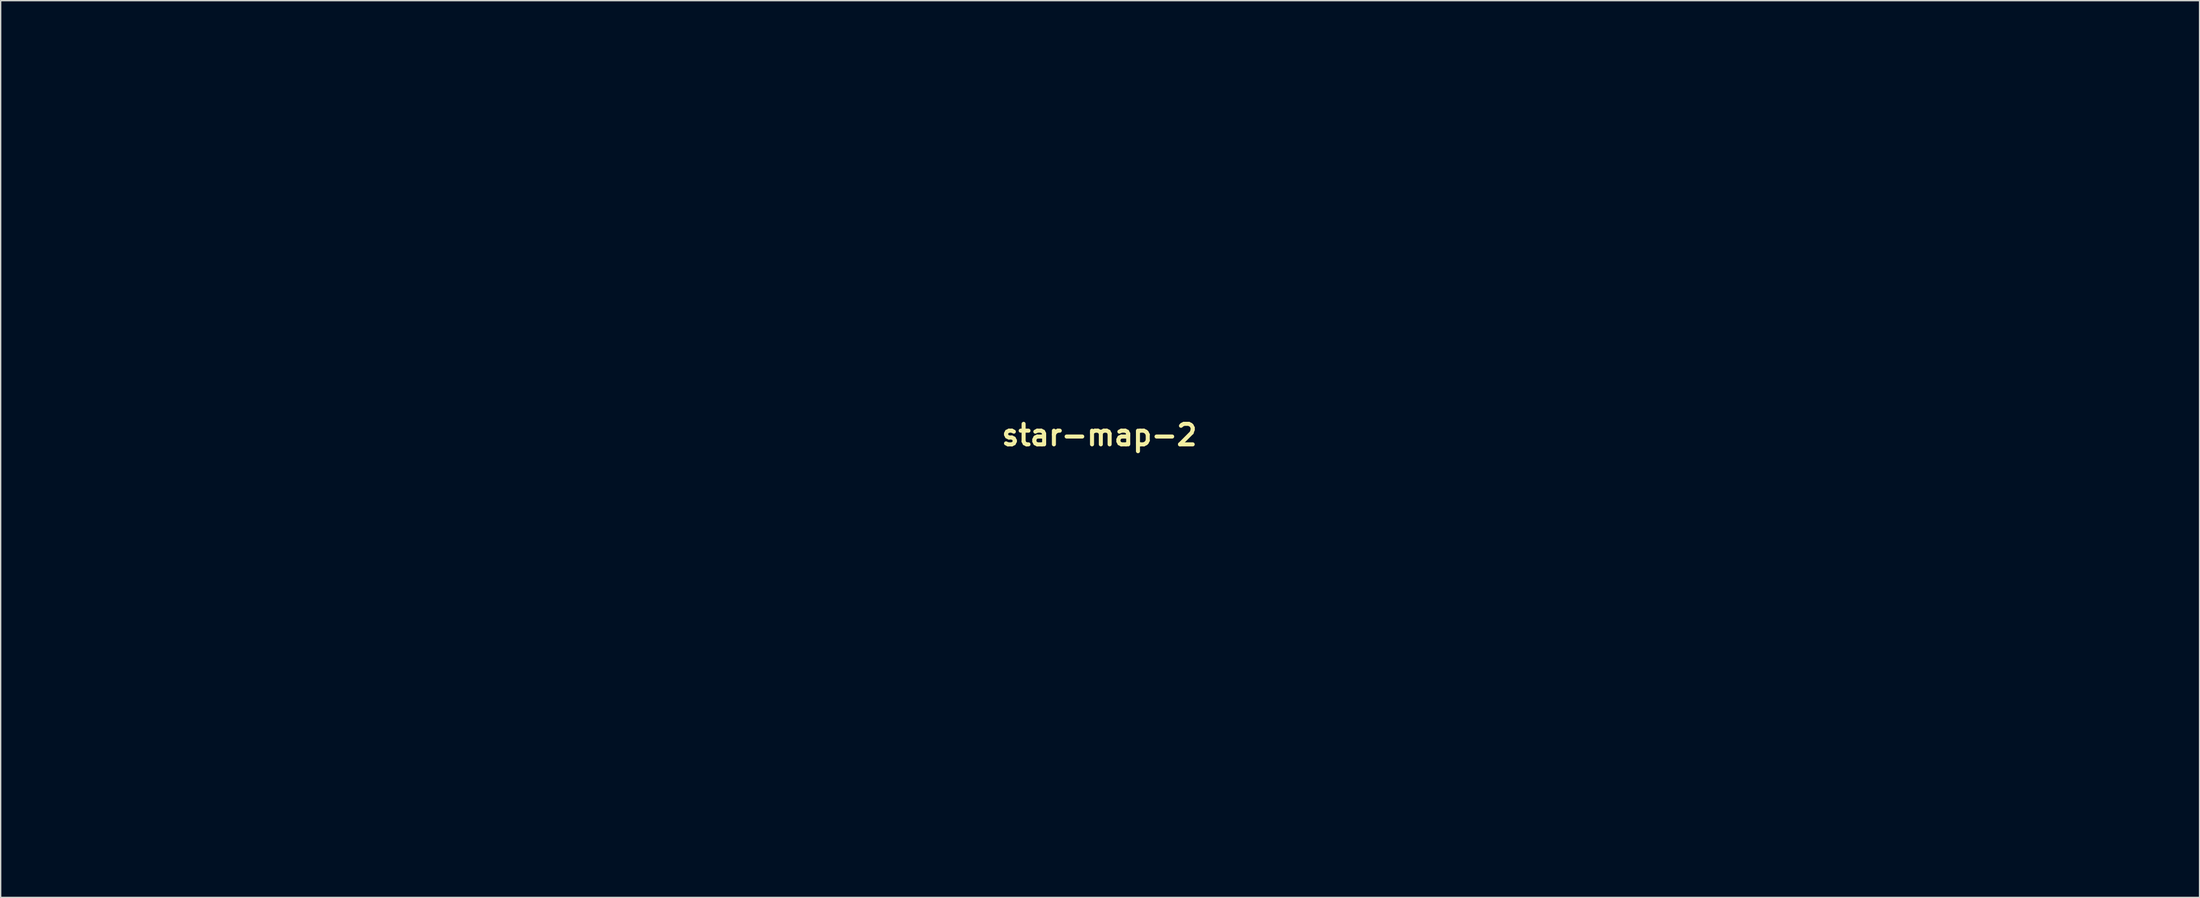
<source format=kicad_pcb>
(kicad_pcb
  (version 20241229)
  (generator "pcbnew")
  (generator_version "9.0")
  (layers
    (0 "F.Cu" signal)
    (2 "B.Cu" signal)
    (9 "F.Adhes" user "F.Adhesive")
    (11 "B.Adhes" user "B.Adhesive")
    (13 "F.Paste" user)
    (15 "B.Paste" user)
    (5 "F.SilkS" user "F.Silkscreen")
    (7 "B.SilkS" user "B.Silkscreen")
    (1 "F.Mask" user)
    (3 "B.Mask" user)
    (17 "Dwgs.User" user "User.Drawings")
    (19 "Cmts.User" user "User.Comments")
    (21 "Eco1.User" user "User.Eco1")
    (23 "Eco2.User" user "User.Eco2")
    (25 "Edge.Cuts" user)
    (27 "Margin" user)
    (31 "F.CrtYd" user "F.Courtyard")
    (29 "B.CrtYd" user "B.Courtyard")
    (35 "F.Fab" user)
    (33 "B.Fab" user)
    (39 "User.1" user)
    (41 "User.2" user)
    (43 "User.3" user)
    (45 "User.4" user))
  (footprint "star-map-2"
    (layer "F.Cu")
    (at 78.576 29.272)
    (property "Reference" "star-map-2" (at 0 0 0) (layer "F.SilkS") (effects (font (size 1.524 1.524) (thickness 0.3))))
    (attr through_hole)
    (fp_poly (pts (xy -35.906 28.125) (xy -35.804 28.212) (xy -35.803 28.435) (xy -35.807 28.476) (xy -35.835 28.68) (xy -35.908 28.791) (xy -36.082 28.842) (xy -36.412 28.861) (xy -36.52 28.865) (xy -36.906 28.867) (xy -37.21 28.851) (xy -37.338 28.827) (xy -37.469 28.706) (xy -37.419 28.553) (xy -37.226 28.394) (xy -36.928 28.252) (xy -36.564 28.149) (xy -36.171 28.109) (xy -35.906 28.125)) (stroke (width 0.01) (type solid)) (fill yes) (layer "F.Mask"))
    (fp_poly (pts (xy -6.97 30.418) (xy -6.28 30.5) (xy -5.51 30.636) (xy -4.956 30.781) (xy -4.611 30.938) (xy -4.465 31.112) (xy -4.459 31.159) (xy -4.51 31.252) (xy -4.688 31.308) (xy -5.035 31.336) (xy -5.249 31.342) (xy -5.756 31.336) (xy -6.268 31.304) (xy -6.604 31.263) (xy -7.052 31.193) (xy -7.572 31.116) (xy -7.846 31.078) (xy -8.228 31.016) (xy -8.435 30.944) (xy -8.515 30.838) (xy -8.523 30.762) (xy -8.418 30.568) (xy -8.114 30.445) (xy -7.626 30.394) (xy -6.97 30.418)) (stroke (width 0.01) (type solid)) (fill yes) (layer "F.Mask"))
    (fp_poly (pts (xy -32.851 28.809) (xy -32.547 28.849) (xy -32.221 28.924) (xy -32.131 28.948) (xy -31.61 29.114) (xy -31.302 29.277) (xy -31.197 29.447) (xy -31.281 29.635) (xy -31.311 29.666) (xy -31.43 29.746) (xy -31.63 29.806) (xy -31.945 29.853) (xy -32.411 29.891) (xy -33.064 29.925) (xy -33.164 29.929) (xy -34.031 29.981) (xy -34.71 30.053) (xy -35.185 30.142) (xy -35.313 30.182) (xy -35.769 30.304) (xy -36.337 30.391) (xy -36.916 30.433) (xy -37.406 30.419) (xy -37.507 30.405) (xy -37.817 30.277) (xy -37.972 30.058) (xy -37.948 29.804) (xy -37.855 29.677) (xy -37.609 29.533) (xy -37.168 29.384) (xy -36.564 29.237) (xy -35.828 29.098) (xy -34.99 28.974) (xy -34.243 28.888) (xy -33.637 28.83) (xy -33.194 28.804) (xy -32.851 28.809)) (stroke (width 0.01) (type solid)) (fill yes) (layer "F.Mask"))
    (fp_poly (pts (xy 13.735 -29.224) (xy 14.423 -29.088) (xy 15.146 -28.879) (xy 15.846 -28.617) (xy 16.468 -28.322) (xy 16.954 -28.014) (xy 17.15 -27.839) (xy 17.326 -27.613) (xy 17.352 -27.426) (xy 17.295 -27.268) (xy 17.164 -27.094) (xy 16.918 -26.943) (xy 16.51 -26.791) (xy 16.367 -26.746) (xy 15.837 -26.613) (xy 15.41 -26.56) (xy 15.226 -26.571) (xy 14.927 -26.571) (xy 14.518 -26.499) (xy 14.073 -26.377) (xy 13.669 -26.227) (xy 13.381 -26.072) (xy 13.313 -26.011) (xy 13.265 -25.807) (xy 13.419 -25.585) (xy 13.757 -25.364) (xy 14.097 -25.219) (xy 14.99 -24.863) (xy 15.692 -24.499) (xy 16.237 -24.095) (xy 16.657 -23.622) (xy 16.986 -23.049) (xy 17.258 -22.345) (xy 17.265 -22.324) (xy 17.465 -21.967) (xy 17.766 -21.811) (xy 18.162 -21.859) (xy 18.337 -21.93) (xy 18.593 -22.082) (xy 18.988 -22.353) (xy 19.484 -22.714) (xy 20.048 -23.141) (xy 20.643 -23.605) (xy 21.234 -24.081) (xy 21.731 -24.495) (xy 22.58 -25.139) (xy 23.366 -25.576) (xy 24.084 -25.804) (xy 24.233 -25.826) (xy 24.667 -25.816) (xy 24.935 -25.661) (xy 25.053 -25.347) (xy 25.061 -25.192) (xy 25.153 -24.931) (xy 25.395 -24.613) (xy 25.74 -24.289) (xy 26.139 -24.007) (xy 26.313 -23.912) (xy 26.603 -23.77) (xy 27.014 -23.569) (xy 27.463 -23.349) (xy 27.527 -23.318) (xy 28.216 -22.959) (xy 28.723 -22.632) (xy 29.08 -22.299) (xy 29.319 -21.922) (xy 29.474 -21.464) (xy 29.566 -20.958) (xy 29.781 -20.059) (xy 30.177 -19.159) (xy 30.766 -18.238) (xy 31.557 -17.276) (xy 31.736 -17.082) (xy 32.174 -16.607) (xy 32.486 -16.239) (xy 32.709 -15.926) (xy 32.878 -15.616) (xy 33.028 -15.258) (xy 33.082 -15.112) (xy 33.249 -14.467) (xy 33.287 -13.771) (xy 33.193 -12.979) (xy 33.009 -12.196) (xy 32.877 -11.653) (xy 32.793 -11.182) (xy 32.768 -10.843) (xy 32.774 -10.772) (xy 32.842 -10.526) (xy 32.982 -10.132) (xy 33.171 -9.65) (xy 33.349 -9.23) (xy 33.589 -8.656) (xy 33.822 -8.063) (xy 34.014 -7.536) (xy 34.103 -7.267) (xy 34.311 -6.692) (xy 34.55 -6.294) (xy 34.862 -6.027) (xy 35.288 -5.84) (xy 35.401 -5.806) (xy 35.72 -5.692) (xy 35.995 -5.531) (xy 36.284 -5.28) (xy 36.645 -4.895) (xy 36.683 -4.852) (xy 37.118 -4.395) (xy 37.519 -4.064) (xy 37.971 -3.792) (xy 38.216 -3.671) (xy 38.702 -3.422) (xy 39.018 -3.195) (xy 39.207 -2.936) (xy 39.313 -2.594) (xy 39.361 -2.271) (xy 39.388 -1.927) (xy 39.347 -1.725) (xy 39.218 -1.582) (xy 39.161 -1.54) (xy 38.761 -1.386) (xy 38.296 -1.397) (xy 37.834 -1.552) (xy 37.443 -1.833) (xy 37.256 -2.079) (xy 37.074 -2.301) (xy 36.786 -2.559) (xy 36.458 -2.803) (xy 36.158 -2.983) (xy 35.959 -3.048) (xy 35.804 -2.972) (xy 35.578 -2.784) (xy 35.504 -2.709) (xy 35.202 -2.464) (xy 34.87 -2.375) (xy 34.744 -2.371) (xy 34.317 -2.447) (xy 33.997 -2.688) (xy 33.766 -3.113) (xy 33.631 -3.615) (xy 33.416 -4.291) (xy 33.063 -4.798) (xy 32.554 -5.155) (xy 32.309 -5.259) (xy 31.69 -5.494) (xy 31.247 -5.687) (xy 30.941 -5.863) (xy 30.731 -6.042) (xy 30.59 -6.229) (xy 30.425 -6.679) (xy 30.393 -7.242) (xy 30.491 -7.851) (xy 30.676 -8.355) (xy 30.931 -8.944) (xy 31.134 -9.518) (xy 31.27 -10.025) (xy 31.325 -10.414) (xy 31.313 -10.569) (xy 31.135 -10.844) (xy 30.782 -11.049) (xy 30.303 -11.161) (xy 30.035 -11.176) (xy 29.381 -11.267) (xy 28.642 -11.525) (xy 27.856 -11.931) (xy 27.06 -12.462) (xy 26.293 -13.1) (xy 26.063 -13.319) (xy 25.454 -13.973) (xy 24.962 -14.628) (xy 24.553 -15.344) (xy 24.189 -16.181) (xy 23.935 -16.899) (xy 23.667 -17.686) (xy 23.444 -18.293) (xy 23.247 -18.755) (xy 23.058 -19.107) (xy 22.859 -19.387) (xy 22.632 -19.63) (xy 22.498 -19.752) (xy 22.062 -20.098) (xy 21.668 -20.301) (xy 21.247 -20.377) (xy 20.73 -20.343) (xy 20.297 -20.266) (xy 19.63 -20.11) (xy 19.149 -19.946) (xy 18.815 -19.755) (xy 18.588 -19.521) (xy 18.582 -19.513) (xy 18.488 -19.323) (xy 18.502 -19.147) (xy 18.646 -18.963) (xy 18.942 -18.753) (xy 19.411 -18.495) (xy 19.897 -18.254) (xy 20.547 -17.929) (xy 21.021 -17.659) (xy 21.348 -17.41) (xy 21.56 -17.149) (xy 21.687 -16.845) (xy 21.762 -16.465) (xy 21.785 -16.278) (xy 21.899 -15.662) (xy 22.113 -15.08) (xy 22.452 -14.483) (xy 22.941 -13.823) (xy 23.204 -13.508) (xy 23.948 -12.676) (xy 24.624 -12.007) (xy 25.275 -11.466) (xy 25.942 -11.017) (xy 26.669 -10.626) (xy 26.729 -10.597) (xy 27.453 -10.241) (xy 28 -9.941) (xy 28.397 -9.663) (xy 28.675 -9.375) (xy 28.864 -9.044) (xy 28.993 -8.638) (xy 29.091 -8.123) (xy 29.117 -7.959) (xy 29.399 -6.507) (xy 29.792 -5.222) (xy 30.316 -4.061) (xy 30.992 -2.982) (xy 31.841 -1.944) (xy 32.476 -1.291) (xy 32.87 -0.898) (xy 33.197 -0.553) (xy 33.426 -0.29) (xy 33.526 -0.142) (xy 33.528 -0.131) (xy 33.43 -0.017) (xy 33.193 0.073) (xy 33.18 0.075) (xy 32.919 0.166) (xy 32.776 0.288) (xy 32.776 0.289) (xy 32.786 0.546) (xy 32.972 0.794) (xy 33.291 0.979) (xy 33.38 1.007) (xy 33.707 1.156) (xy 34.068 1.405) (xy 34.225 1.543) (xy 34.473 1.822) (xy 34.611 2.096) (xy 34.642 2.413) (xy 34.565 2.818) (xy 34.382 3.356) (xy 34.262 3.661) (xy 34.006 4.37) (xy 33.882 4.901) (xy 33.889 5.253) (xy 34.027 5.423) (xy 34.295 5.412) (xy 34.694 5.217) (xy 34.724 5.197) (xy 35.302 4.924) (xy 35.838 4.866) (xy 36.344 5.021) (xy 36.774 5.342) (xy 37.194 5.837) (xy 37.566 6.453) (xy 37.777 6.93) (xy 38.075 7.682) (xy 38.337 8.268) (xy 38.59 8.738) (xy 38.862 9.142) (xy 39.18 9.53) (xy 39.218 9.573) (xy 39.622 10.08) (xy 39.848 10.5) (xy 39.899 10.684) (xy 40.02 11.071) (xy 40.215 11.462) (xy 40.253 11.522) (xy 40.418 11.797) (xy 40.476 12.038) (xy 40.446 12.356) (xy 40.426 12.472) (xy 40.376 12.822) (xy 40.366 13.089) (xy 40.379 13.165) (xy 40.51 13.286) (xy 40.782 13.431) (xy 40.96 13.504) (xy 41.38 13.67) (xy 41.624 13.818) (xy 41.731 14.002) (xy 41.742 14.275) (xy 41.715 14.525) (xy 41.679 14.876) (xy 41.703 15.081) (xy 41.815 15.22) (xy 42.015 15.354) (xy 42.351 15.529) (xy 42.674 15.647) (xy 42.704 15.654) (xy 42.998 15.791) (xy 43.252 16.017) (xy 43.365 16.182) (xy 43.428 16.364) (xy 43.449 16.621) (xy 43.434 17.011) (xy 43.414 17.302) (xy 43.385 17.828) (xy 43.394 18.196) (xy 43.447 18.476) (xy 43.54 18.714) (xy 43.861 19.213) (xy 44.317 19.693) (xy 44.854 20.114) (xy 45.419 20.438) (xy 45.958 20.626) (xy 46.231 20.658) (xy 46.593 20.592) (xy 46.893 20.423) (xy 47.06 20.195) (xy 47.075 20.105) (xy 46.966 19.834) (xy 46.66 19.568) (xy 46.182 19.324) (xy 45.56 19.119) (xy 45.407 19.082) (xy 45.034 18.953) (xy 44.756 18.781) (xy 44.611 18.601) (xy 44.636 18.445) (xy 44.671 18.415) (xy 44.75 18.275) (xy 44.85 17.982) (xy 44.93 17.678) (xy 45.087 17.012) (xy 44.556 16.549) (xy 44.194 16.179) (xy 44.043 15.876) (xy 44.098 15.63) (xy 44.259 15.488) (xy 44.442 15.266) (xy 44.457 15.04) (xy 44.391 14.833) (xy 44.214 14.685) (xy 43.914 14.563) (xy 43.591 14.428) (xy 43.429 14.281) (xy 43.369 14.068) (xy 43.386 13.723) (xy 43.468 13.419) (xy 43.545 13.158) (xy 43.489 12.972) (xy 43.406 12.87) (xy 43.255 12.745) (xy 43.054 12.693) (xy 42.731 12.701) (xy 42.562 12.717) (xy 42.192 12.748) (xy 41.971 12.727) (xy 41.822 12.631) (xy 41.674 12.443) (xy 41.496 12.174) (xy 41.416 11.974) (xy 41.458 11.83) (xy 41.642 11.726) (xy 41.992 11.648) (xy 42.528 11.582) (xy 43.047 11.532) (xy 43.59 11.469) (xy 43.995 11.397) (xy 44.247 11.324) (xy 44.329 11.258) (xy 44.226 11.207) (xy 43.921 11.179) (xy 43.737 11.176) (xy 43.134 11.123) (xy 42.672 10.974) (xy 42.378 10.74) (xy 42.277 10.441) (xy 42.344 10.14) (xy 42.513 9.984) (xy 42.732 10.004) (xy 42.837 10.083) (xy 43.101 10.267) (xy 43.391 10.355) (xy 43.642 10.344) (xy 43.787 10.229) (xy 43.801 10.155) (xy 43.705 10.054) (xy 43.519 9.981) (xy 43.307 9.873) (xy 43.236 9.751) (xy 43.17 9.645) (xy 42.947 9.664) (xy 42.942 9.665) (xy 42.736 9.696) (xy 42.692 9.617) (xy 42.715 9.525) (xy 42.691 9.3) (xy 42.525 9.136) (xy 42.3 9.089) (xy 42.155 9.151) (xy 42.018 9.317) (xy 41.995 9.391) (xy 41.931 9.54) (xy 41.772 9.786) (xy 41.699 9.885) (xy 41.38 10.177) (xy 41.048 10.263) (xy 40.724 10.16) (xy 40.427 9.884) (xy 40.179 9.453) (xy 40.001 8.883) (xy 39.927 8.413) (xy 39.849 7.937) (xy 39.723 7.658) (xy 39.658 7.595) (xy 39.171 7.174) (xy 38.907 6.759) (xy 38.868 6.355) (xy 39.052 5.964) (xy 39.461 5.591) (xy 39.498 5.565) (xy 39.961 5.327) (xy 40.464 5.226) (xy 41.038 5.265) (xy 41.716 5.447) (xy 42.53 5.774) (xy 42.616 5.812) (xy 43.037 6.016) (xy 43.396 6.224) (xy 43.73 6.468) (xy 44.075 6.78) (xy 44.469 7.192) (xy 44.95 7.736) (xy 45.195 8.023) (xy 46.705 9.927) (xy 48.065 11.936) (xy 48.259 12.248) (xy 48.539 12.717) (xy 48.72 13.058) (xy 48.822 13.332) (xy 48.868 13.601) (xy 48.88 13.926) (xy 48.88 13.988) (xy 48.864 14.43) (xy 48.798 14.737) (xy 48.661 14.995) (xy 48.593 15.088) (xy 48.234 15.657) (xy 48.035 16.229) (xy 48.001 16.825) (xy 48.136 17.464) (xy 48.444 18.167) (xy 48.93 18.953) (xy 49.6 19.843) (xy 49.689 19.953) (xy 50.115 20.48) (xy 50.56 21.034) (xy 50.966 21.545) (xy 51.252 21.909) (xy 51.881 22.66) (xy 52.496 23.255) (xy 53.158 23.748) (xy 53.931 24.193) (xy 54.78 24.602) (xy 55.672 24.98) (xy 56.556 25.308) (xy 57.377 25.568) (xy 58.082 25.739) (xy 58.364 25.785) (xy 58.635 25.819) (xy 59.024 25.87) (xy 59.284 25.904) (xy 59.864 25.947) (xy 60.339 25.918) (xy 60.676 25.824) (xy 60.838 25.671) (xy 60.847 25.616) (xy 60.793 25.438) (xy 60.723 25.4) (xy 60.553 25.339) (xy 60.307 25.191) (xy 60.287 25.177) (xy 59.892 24.954) (xy 59.291 24.696) (xy 58.496 24.409) (xy 57.525 24.097) (xy 56.391 23.766) (xy 56.332 23.75) (xy 55.432 23.495) (xy 54.724 23.275) (xy 54.177 23.063) (xy 53.766 22.837) (xy 53.461 22.571) (xy 53.235 22.241) (xy 53.06 21.823) (xy 52.909 21.292) (xy 52.753 20.624) (xy 52.75 20.61) (xy 52.588 19.709) (xy 52.513 18.855) (xy 52.523 18.091) (xy 52.619 17.458) (xy 52.76 17.069) (xy 53.12 16.613) (xy 53.627 16.323) (xy 54.276 16.2) (xy 55.058 16.247) (xy 55.67 16.377) (xy 56.377 16.619) (xy 56.905 16.936) (xy 57.285 17.365) (xy 57.545 17.938) (xy 57.715 18.692) (xy 57.73 18.796) (xy 57.82 19.214) (xy 57.976 19.754) (xy 58.17 20.333) (xy 58.374 20.868) (xy 58.535 21.223) (xy 58.866 21.748) (xy 59.283 22.165) (xy 59.824 22.495) (xy 60.523 22.763) (xy 61.245 22.953) (xy 61.845 23.081) (xy 62.58 23.226) (xy 63.408 23.38) (xy 64.286 23.536) (xy 65.171 23.687) (xy 66.019 23.826) (xy 66.788 23.944) (xy 67.435 24.035) (xy 67.916 24.092) (xy 68.022 24.101) (xy 68.743 24.125) (xy 69.644 24.106) (xy 70.686 24.047) (xy 71.828 23.95) (xy 73.03 23.819) (xy 74.251 23.657) (xy 74.394 23.636) (xy 75.009 23.545) (xy 75.677 23.448) (xy 76.36 23.349) (xy 77.018 23.255) (xy 77.615 23.171) (xy 78.11 23.102) (xy 78.466 23.053) (xy 78.645 23.031) (xy 78.655 23.03) (xy 78.662 23.138) (xy 78.669 23.445) (xy 78.674 23.921) (xy 78.679 24.541) (xy 78.682 25.277) (xy 78.683 26.1) (xy 78.684 26.416) (xy 78.684 29.803) (xy 77.696 29.803) (xy 77.313 29.81) (xy 76.747 29.828) (xy 76.04 29.856) (xy 75.235 29.892) (xy 74.373 29.934) (xy 73.604 29.974) (xy 72.674 30.022) (xy 71.58 30.071) (xy 70.385 30.121) (xy 69.149 30.169) (xy 67.936 30.211) (xy 66.806 30.247) (xy 66.604 30.252) (xy 65.591 30.281) (xy 64.564 30.31) (xy 63.568 30.338) (xy 62.645 30.365) (xy 61.841 30.388) (xy 61.197 30.407) (xy 60.96 30.414) (xy 60.27 30.426) (xy 59.582 30.422) (xy 58.963 30.405) (xy 58.48 30.374) (xy 58.364 30.361) (xy 57.875 30.28) (xy 57.269 30.15) (xy 56.645 29.993) (xy 56.349 29.909) (xy 55.484 29.68) (xy 54.701 29.541) (xy 53.921 29.487) (xy 53.064 29.511) (xy 52.314 29.577) (xy 51.132 29.674) (xy 49.993 29.711) (xy 48.941 29.691) (xy 48.019 29.614) (xy 47.271 29.48) (xy 47.262 29.478) (xy 46.689 29.314) (xy 46.306 29.146) (xy 46.078 28.945) (xy 45.97 28.681) (xy 45.946 28.383) (xy 45.871 27.921) (xy 45.632 27.537) (xy 45.208 27.208) (xy 44.619 26.928) (xy 43.706 26.52) (xy 42.914 26.055) (xy 42.198 25.495) (xy 41.513 24.806) (xy 40.815 23.95) (xy 40.592 23.65) (xy 39.986 22.856) (xy 39.469 22.263) (xy 39.043 21.872) (xy 38.834 21.736) (xy 38.586 21.639) (xy 38.197 21.522) (xy 37.747 21.408) (xy 37.705 21.399) (xy 36.955 21.198) (xy 36.313 20.962) (xy 35.824 20.71) (xy 35.636 20.57) (xy 35.465 20.382) (xy 35.339 20.146) (xy 35.248 19.821) (xy 35.183 19.37) (xy 35.135 18.753) (xy 35.113 18.344) (xy 35.052 17.514) (xy 34.946 16.851) (xy 34.773 16.298) (xy 34.512 15.797) (xy 34.142 15.29) (xy 33.836 14.936) (xy 33.535 14.583) (xy 33.292 14.266) (xy 33.151 14.043) (xy 33.136 14.006) (xy 33.142 13.752) (xy 33.259 13.357) (xy 33.367 13.098) (xy 33.557 12.599) (xy 33.618 12.185) (xy 33.537 11.801) (xy 33.303 11.389) (xy 32.904 10.895) (xy 32.896 10.886) (xy 32.481 10.446) (xy 32.001 9.985) (xy 31.557 9.599) (xy 31.537 9.583) (xy 30.985 9.115) (xy 30.614 8.714) (xy 30.406 8.344) (xy 30.345 7.963) (xy 30.412 7.533) (xy 30.497 7.26) (xy 30.596 6.93) (xy 30.724 6.432) (xy 30.868 5.821) (xy 31.015 5.152) (xy 31.098 4.751) (xy 31.24 4.082) (xy 31.389 3.448) (xy 31.53 2.902) (xy 31.652 2.493) (xy 31.711 2.333) (xy 31.892 1.837) (xy 31.931 1.474) (xy 31.827 1.2) (xy 31.659 1.031) (xy 31.429 0.899) (xy 31.056 0.732) (xy 30.609 0.556) (xy 30.155 0.397) (xy 29.762 0.278) (xy 29.499 0.226) (xy 29.481 0.226) (xy 29.279 0.18) (xy 28.95 0.06) (xy 28.568 -0.105) (xy 28.35 -0.21) (xy 28.256 -0.282) (xy 28.147 -0.428) (xy 28.001 -0.682) (xy 27.801 -1.076) (xy 27.546 -1.605) (xy 27.348 -1.936) (xy 27.056 -2.266) (xy 26.629 -2.64) (xy 26.374 -2.84) (xy 25.87 -3.243) (xy 25.3 -3.726) (xy 24.758 -4.207) (xy 24.553 -4.397) (xy 24.088 -4.821) (xy 23.696 -5.128) (xy 23.298 -5.369) (xy 22.817 -5.595) (xy 22.596 -5.689) (xy 21.988 -5.96) (xy 21.567 -6.212) (xy 21.304 -6.484) (xy 21.169 -6.816) (xy 21.131 -7.246) (xy 21.144 -7.59) (xy 21.19 -8.005) (xy 21.26 -8.343) (xy 21.336 -8.523) (xy 21.42 -8.75) (xy 21.437 -9.159) (xy 21.42 -9.434) (xy 21.37 -9.849) (xy 21.278 -10.243) (xy 21.13 -10.636) (xy 20.913 -11.049) (xy 20.611 -11.502) (xy 20.21 -12.015) (xy 19.697 -12.608) (xy 19.055 -13.303) (xy 18.272 -14.119) (xy 17.72 -14.684) (xy 17.373 -15.086) (xy 16.993 -15.604) (xy 16.644 -16.15) (xy 16.547 -16.319) (xy 16.028 -17.149) (xy 15.468 -17.81) (xy 14.809 -18.356) (xy 13.994 -18.842) (xy 13.923 -18.879) (xy 13.461 -19.106) (xy 12.996 -19.312) (xy 12.495 -19.508) (xy 11.923 -19.708) (xy 11.244 -19.921) (xy 10.426 -20.161) (xy 9.433 -20.438) (xy 9.088 -20.533) (xy 8.348 -20.745) (xy 7.597 -20.979) (xy 6.895 -21.213) (xy 6.307 -21.428) (xy 5.993 -21.556) (xy 5.375 -21.815) (xy 4.812 -22.015) (xy 4.251 -22.166) (xy 3.644 -22.279) (xy 2.937 -22.363) (xy 2.083 -22.43) (xy 1.564 -22.462) (xy 0.525 -22.522) (xy -0.323 -22.577) (xy -1.015 -22.633) (xy -1.584 -22.697) (xy -2.067 -22.775) (xy -2.496 -22.874) (xy -2.908 -22.999) (xy -3.335 -23.159) (xy -3.813 -23.358) (xy -4.233 -23.54) (xy -5.364 -24.014) (xy -6.347 -24.375) (xy -7.223 -24.635) (xy -8.033 -24.807) (xy -8.819 -24.901) (xy -9.042 -24.916) (xy -10.239 -24.979) (xy -10.691 -24.57) (xy -10.916 -24.383) (xy -11.178 -24.203) (xy -11.499 -24.02) (xy -11.901 -23.825) (xy -12.407 -23.607) (xy -13.039 -23.358) (xy -13.82 -23.068) (xy -14.773 -22.726) (xy -15.804 -22.364) (xy -16.699 -22.051) (xy -17.603 -21.735) (xy -18.471 -21.431) (xy -19.261 -21.154) (xy -19.927 -20.919) (xy -20.426 -20.743) (xy -20.45 -20.734) (xy -21.359 -20.428) (xy -22.17 -20.187) (xy -22.858 -20.016) (xy -23.397 -19.923) (xy -23.763 -19.913) (xy -23.841 -19.929) (xy -24.074 -20.044) (xy -24.391 -20.253) (xy -24.599 -20.412) (xy -24.995 -20.696) (xy -25.478 -20.988) (xy -25.992 -21.26) (xy -26.48 -21.483) (xy -26.887 -21.63) (xy -27.128 -21.675) (xy -27.291 -21.644) (xy -27.489 -21.536) (xy -27.751 -21.329) (xy -28.105 -21) (xy -28.581 -20.526) (xy -28.598 -20.509) (xy -29.197 -19.914) (xy -29.703 -19.453) (xy -30.167 -19.088) (xy -30.641 -18.781) (xy -31.179 -18.493) (xy -31.722 -18.236) (xy -32.744 -17.729) (xy -33.545 -17.237) (xy -34.132 -16.757) (xy -34.508 -16.285) (xy -34.679 -15.816) (xy -34.69 -15.621) (xy -34.636 -15.318) (xy -34.506 -14.917) (xy -34.379 -14.618) (xy -34.208 -14.209) (xy -34.173 -13.931) (xy -34.291 -13.726) (xy -34.577 -13.533) (xy -34.692 -13.472) (xy -34.951 -13.37) (xy -35.214 -13.367) (xy -35.516 -13.437) (xy -35.927 -13.582) (xy -36.143 -13.754) (xy -36.192 -13.993) (xy -36.124 -14.281) (xy -36.034 -14.649) (xy -36.081 -14.872) (xy -36.292 -14.982) (xy -36.694 -15.014) (xy -36.734 -15.014) (xy -37.239 -14.984) (xy -37.634 -14.9) (xy -37.875 -14.776) (xy -37.931 -14.668) (xy -37.862 -14.517) (xy -37.686 -14.266) (xy -37.536 -14.081) (xy -37.313 -13.792) (xy -37.169 -13.551) (xy -37.14 -13.456) (xy -37.196 -13.281) (xy -37.341 -12.982) (xy -37.524 -12.658) (xy -38.12 -11.548) (xy -38.521 -10.498) (xy -38.738 -9.471) (xy -38.778 -8.429) (xy -38.714 -7.724) (xy -38.647 -7.164) (xy -38.626 -6.76) (xy -38.652 -6.445) (xy -38.71 -6.2) (xy -38.979 -5.655) (xy -39.443 -5.115) (xy -40.069 -4.606) (xy -40.827 -4.151) (xy -41.685 -3.774) (xy -41.995 -3.667) (xy -42.771 -3.379) (xy -43.327 -3.076) (xy -43.669 -2.753) (xy -43.804 -2.403) (xy -43.736 -2.022) (xy -43.684 -1.911) (xy -43.526 -1.749) (xy -43.229 -1.541) (xy -42.896 -1.354) (xy -42.379 -1.047) (xy -42.052 -0.726) (xy -41.883 -0.342) (xy -41.839 0.153) (xy -41.84 0.192) (xy -41.883 0.635) (xy -42.011 0.988) (xy -42.259 1.305) (xy -42.66 1.636) (xy -42.926 1.821) (xy -43.323 2.117) (xy -43.796 2.515) (xy -44.269 2.947) (xy -44.477 3.152) (xy -44.91 3.576) (xy -45.367 3.999) (xy -45.777 4.357) (xy -45.944 4.493) (xy -46.539 5.041) (xy -46.912 5.585) (xy -47.068 6.131) (xy -47.074 6.256) (xy -47.049 6.534) (xy -46.947 6.767) (xy -46.726 7.028) (xy -46.565 7.188) (xy -46.263 7.446) (xy -45.996 7.623) (xy -45.847 7.676) (xy -45.59 7.764) (xy -45.275 7.989) (xy -44.956 8.297) (xy -44.692 8.63) (xy -44.538 8.933) (xy -44.526 8.982) (xy -44.547 9.45) (xy -44.766 10.01) (xy -45.176 10.654) (xy -45.772 11.372) (xy -45.974 11.587) (xy -46.383 12.024) (xy -46.663 12.361) (xy -46.854 12.654) (xy -46.991 12.96) (xy -47.091 13.263) (xy -47.288 13.793) (xy -47.533 14.144) (xy -47.87 14.345) (xy -48.343 14.427) (xy -48.847 14.426) (xy -49.435 14.365) (xy -49.866 14.217) (xy -50.199 13.943) (xy -50.492 13.505) (xy -50.631 13.235) (xy -50.9 12.723) (xy -51.122 12.403) (xy -51.316 12.254) (xy -51.505 12.253) (xy -51.518 12.258) (xy -51.63 12.38) (xy -51.817 12.672) (xy -52.059 13.097) (xy -52.335 13.62) (xy -52.546 14.043) (xy -52.842 14.639) (xy -53.125 15.186) (xy -53.372 15.643) (xy -53.56 15.965) (xy -53.64 16.084) (xy -53.818 16.348) (xy -54.018 16.702) (xy -54.207 17.077) (xy -54.35 17.403) (xy -54.412 17.612) (xy -54.412 17.622) (xy -54.343 17.732) (xy -54.139 17.671) (xy -53.808 17.443) (xy -53.357 17.052) (xy -53.129 16.835) (xy -52.735 16.464) (xy -52.378 16.144) (xy -52.101 15.914) (xy -51.965 15.819) (xy -51.718 15.749) (xy -51.342 15.703) (xy -51.051 15.692) (xy -50.631 15.71) (xy -50.365 15.778) (xy -50.183 15.913) (xy -50.175 15.922) (xy -50.068 16.065) (xy -50.021 16.227) (xy -50.029 16.475) (xy -50.089 16.871) (xy -50.101 16.941) (xy -50.173 17.47) (xy -50.222 18.033) (xy -50.236 18.407) (xy -50.292 19.02) (xy -50.48 19.546) (xy -50.829 20.044) (xy -51.269 20.484) (xy -52.015 21.056) (xy -52.766 21.446) (xy -53.489 21.637) (xy -53.497 21.638) (xy -53.76 21.663) (xy -53.955 21.644) (xy -54.138 21.552) (xy -54.364 21.358) (xy -54.689 21.034) (xy -54.711 21.011) (xy -55.086 20.649) (xy -55.363 20.435) (xy -55.589 20.336) (xy -55.732 20.32) (xy -56.051 20.397) (xy -56.431 20.599) (xy -56.815 20.88) (xy -57.151 21.198) (xy -57.384 21.506) (xy -57.46 21.74) (xy -57.359 21.942) (xy -57.1 22.115) (xy -56.751 22.222) (xy -56.549 22.239) (xy -56.066 22.288) (xy -55.669 22.42) (xy -55.417 22.614) (xy -55.367 22.708) (xy -55.388 22.992) (xy -55.59 23.365) (xy -55.954 23.806) (xy -56.464 24.291) (xy -56.662 24.457) (xy -57.083 24.789) (xy -57.519 25.102) (xy -58.008 25.422) (xy -58.59 25.773) (xy -59.302 26.178) (xy -60.057 26.595) (xy -61.242 27.241) (xy -62.66 27.328) (xy -63.592 27.395) (xy -64.326 27.48) (xy -64.89 27.594) (xy -65.312 27.75) (xy -65.621 27.96) (xy -65.845 28.237) (xy -66.01 28.594) (xy -66.096 28.857) (xy -66.247 29.269) (xy -66.445 29.52) (xy -66.743 29.648) (xy -67.197 29.689) (xy -67.325 29.69) (xy -67.781 29.649) (xy -68.131 29.504) (xy -68.414 29.221) (xy -68.671 28.767) (xy -68.81 28.448) (xy -69.133 27.788) (xy -69.491 27.33) (xy -69.904 27.051) (xy -70.112 26.978) (xy -70.478 26.909) (xy -71.008 26.846) (xy -71.646 26.792) (xy -72.332 26.75) (xy -73.008 26.723) (xy -73.616 26.715) (xy -74.096 26.729) (xy -74.317 26.751) (xy -75.038 26.919) (xy -75.572 27.153) (xy -75.903 27.445) (xy -76.032 27.668) (xy -76.072 27.861) (xy -76.008 28.029) (xy -75.824 28.179) (xy -75.504 28.316) (xy -75.034 28.446) (xy -74.396 28.575) (xy -73.576 28.707) (xy -72.557 28.849) (xy -71.721 28.957) (xy -71.343 29.029) (xy -71.034 29.129) (xy -70.931 29.185) (xy -70.802 29.302) (xy -70.816 29.414) (xy -70.982 29.599) (xy -71.111 29.713) (xy -71.26 29.787) (xy -71.478 29.831) (xy -71.811 29.852) (xy -72.308 29.858) (xy -72.506 29.859) (xy -73.024 29.853) (xy -73.707 29.839) (xy -74.495 29.817) (xy -75.328 29.789) (xy -76.144 29.758) (xy -76.172 29.756) (xy -78.571 29.655) (xy -78.571 23.058) (xy -78.134 22.988) (xy -77.906 22.965) (xy -77.487 22.936) (xy -76.912 22.903) (xy -76.215 22.868) (xy -75.431 22.832) (xy -74.606 22.798) (xy -73.597 22.753) (xy -72.692 22.701) (xy -71.919 22.646) (xy -71.307 22.588) (xy -70.883 22.53) (xy -70.789 22.511) (xy -69.912 22.239) (xy -69.044 21.815) (xy -68.144 21.218) (xy -67.658 20.839) (xy -66.591 19.997) (xy -65.656 19.322) (xy -64.855 18.814) (xy -64.191 18.475) (xy -63.666 18.306) (xy -63.281 18.307) (xy -63.039 18.479) (xy -62.989 18.578) (xy -62.939 18.821) (xy -62.901 19.218) (xy -62.881 19.696) (xy -62.879 19.873) (xy -62.879 20.879) (xy -62.52 21.065) (xy -62.053 21.199) (xy -61.465 21.209) (xy -60.817 21.101) (xy -60.173 20.882) (xy -59.995 20.798) (xy -59.366 20.436) (xy -58.728 19.992) (xy -58.109 19.494) (xy -57.539 18.97) (xy -57.047 18.449) (xy -56.662 17.961) (xy -56.414 17.533) (xy -56.332 17.209) (xy -56.407 17.023) (xy -56.598 16.766) (xy -56.715 16.64) (xy -56.993 16.397) (xy -57.254 16.286) (xy -57.614 16.26) (xy -57.647 16.26) (xy -58.063 16.288) (xy -58.568 16.357) (xy -58.928 16.425) (xy -59.668 16.554) (xy -60.243 16.582) (xy -60.638 16.509) (xy -60.783 16.417) (xy -60.938 16.182) (xy -60.928 15.934) (xy -60.744 15.662) (xy -60.373 15.352) (xy -59.805 14.991) (xy -59.353 14.739) (xy -58.66 14.327) (xy -58.145 13.915) (xy -57.764 13.455) (xy -57.476 12.898) (xy -57.287 12.358) (xy -57.016 11.604) (xy -56.679 10.952) (xy -56.235 10.337) (xy -55.642 9.694) (xy -55.484 9.539) (xy -55.088 9.135) (xy -54.76 8.739) (xy -54.473 8.307) (xy -54.201 7.795) (xy -53.918 7.158) (xy -53.597 6.351) (xy -53.579 6.303) (xy -53.288 5.603) (xy -52.972 4.979) (xy -52.597 4.378) (xy -52.131 3.749) (xy -51.54 3.041) (xy -51.296 2.763) (xy -50.254 1.552) (xy -49.377 0.45) (xy -48.669 -0.533) (xy -48.137 -1.392) (xy -47.995 -1.657) (xy -47.656 -2.422) (xy -47.302 -3.406) (xy -46.937 -4.602) (xy -46.568 -5.983) (xy -46.224 -7.293) (xy -45.905 -8.395) (xy -45.604 -9.303) (xy -45.315 -10.032) (xy -45.033 -10.598) (xy -44.751 -11.016) (xy -44.463 -11.3) (xy -44.431 -11.323) (xy -44.249 -11.435) (xy -44.045 -11.508) (xy -43.767 -11.549) (xy -43.362 -11.567) (xy -42.86 -11.571) (xy -42.319 -11.573) (xy -41.956 -11.587) (xy -41.721 -11.623) (xy -41.566 -11.69) (xy -41.442 -11.8) (xy -41.368 -11.883) (xy -41.153 -12.228) (xy -40.957 -12.701) (xy -40.812 -13.207) (xy -40.753 -13.648) (xy -40.753 -13.666) (xy -40.645 -14.358) (xy -40.324 -14.983) (xy -39.793 -15.539) (xy -39.054 -16.022) (xy -38.112 -16.43) (xy -37.633 -16.585) (xy -37.22 -16.723) (xy -36.886 -16.865) (xy -36.696 -16.982) (xy -36.688 -16.991) (xy -36.623 -17.239) (xy -36.729 -17.593) (xy -36.993 -18.026) (xy -37.253 -18.344) (xy -37.582 -18.719) (xy -37.782 -18.968) (xy -37.875 -19.135) (xy -37.885 -19.26) (xy -37.834 -19.386) (xy -37.826 -19.401) (xy -37.627 -19.615) (xy -37.26 -19.869) (xy -36.774 -20.142) (xy -36.219 -20.411) (xy -35.643 -20.653) (xy -35.096 -20.846) (xy -34.626 -20.967) (xy -34.353 -20.997) (xy -33.929 -20.926) (xy -33.531 -20.742) (xy -33.302 -20.542) (xy -33.142 -20.457) (xy -32.827 -20.366) (xy -32.43 -20.284) (xy -32.02 -20.227) (xy -31.7 -20.208) (xy -30.99 -20.287) (xy -30.405 -20.534) (xy -29.927 -20.962) (xy -29.538 -21.584) (xy -29.343 -22.049) (xy -29.034 -22.845) (xy -28.741 -23.451) (xy -28.434 -23.879) (xy -28.083 -24.141) (xy -27.66 -24.249) (xy -27.133 -24.215) (xy -26.474 -24.051) (xy -25.651 -23.77) (xy -25.37 -23.665) (xy -24.399 -23.302) (xy -23.604 -23.016) (xy -22.953 -22.796) (xy -22.413 -22.634) (xy -21.952 -22.52) (xy -21.537 -22.445) (xy -21.134 -22.4) (xy -20.828 -22.381) (xy -20.234 -22.368) (xy -19.803 -22.399) (xy -19.475 -22.48) (xy -19.393 -22.512) (xy -18.912 -22.783) (xy -18.464 -23.151) (xy -18.119 -23.552) (xy -17.99 -23.784) (xy -17.908 -24.092) (xy -17.937 -24.399) (xy -18.092 -24.727) (xy -18.388 -25.098) (xy -18.842 -25.534) (xy -19.468 -26.058) (xy -19.72 -26.257) (xy -20.211 -26.659) (xy -20.531 -26.971) (xy -20.699 -27.221) (xy -20.736 -27.438) (xy -20.669 -27.639) (xy -20.414 -27.898) (xy -19.96 -28.123) (xy -19.331 -28.312) (xy -18.552 -28.46) (xy -17.647 -28.566) (xy -16.641 -28.626) (xy -15.559 -28.637) (xy -14.424 -28.597) (xy -13.377 -28.514) (xy -12.233 -28.4) (xy -11.288 -28.307) (xy -10.518 -28.234) (xy -9.898 -28.181) (xy -9.402 -28.145) (xy -9.005 -28.125) (xy -8.683 -28.12) (xy -8.41 -28.128) (xy -8.162 -28.148) (xy -7.913 -28.179) (xy -7.762 -28.201) (xy -7.247 -28.29) (xy -6.748 -28.398) (xy -6.362 -28.505) (xy -6.322 -28.519) (xy -5.96 -28.608) (xy -5.424 -28.677) (xy -4.695 -28.729) (xy -4.008 -28.757) (xy -2.546 -28.758) (xy -1.023 -28.671) (xy 0.589 -28.49) (xy 2.317 -28.212) (xy 4.187 -27.834) (xy 6.226 -27.351) (xy 6.378 -27.313) (xy 7.371 -27.064) (xy 8.172 -26.869) (xy 8.807 -26.726) (xy 9.301 -26.629) (xy 9.681 -26.576) (xy 9.973 -26.562) (xy 10.202 -26.583) (xy 10.394 -26.636) (xy 10.526 -26.692) (xy 10.757 -26.824) (xy 10.9 -26.993) (xy 10.999 -27.269) (xy 11.063 -27.544) (xy 11.263 -28.227) (xy 11.549 -28.715) (xy 11.952 -29.035) (xy 12.5 -29.211) (xy 13.138 -29.267) (xy 13.735 -29.224)) (stroke (width 0.01) (type solid)) (fill yes) (layer "F.Mask")))
  (gr_rect
    (start -3 -3)
    (end 160.264 63.619)
    (stroke (width 0.1) (type default))
    (fill no)
    (layer "Edge.Cuts")))
</source>
